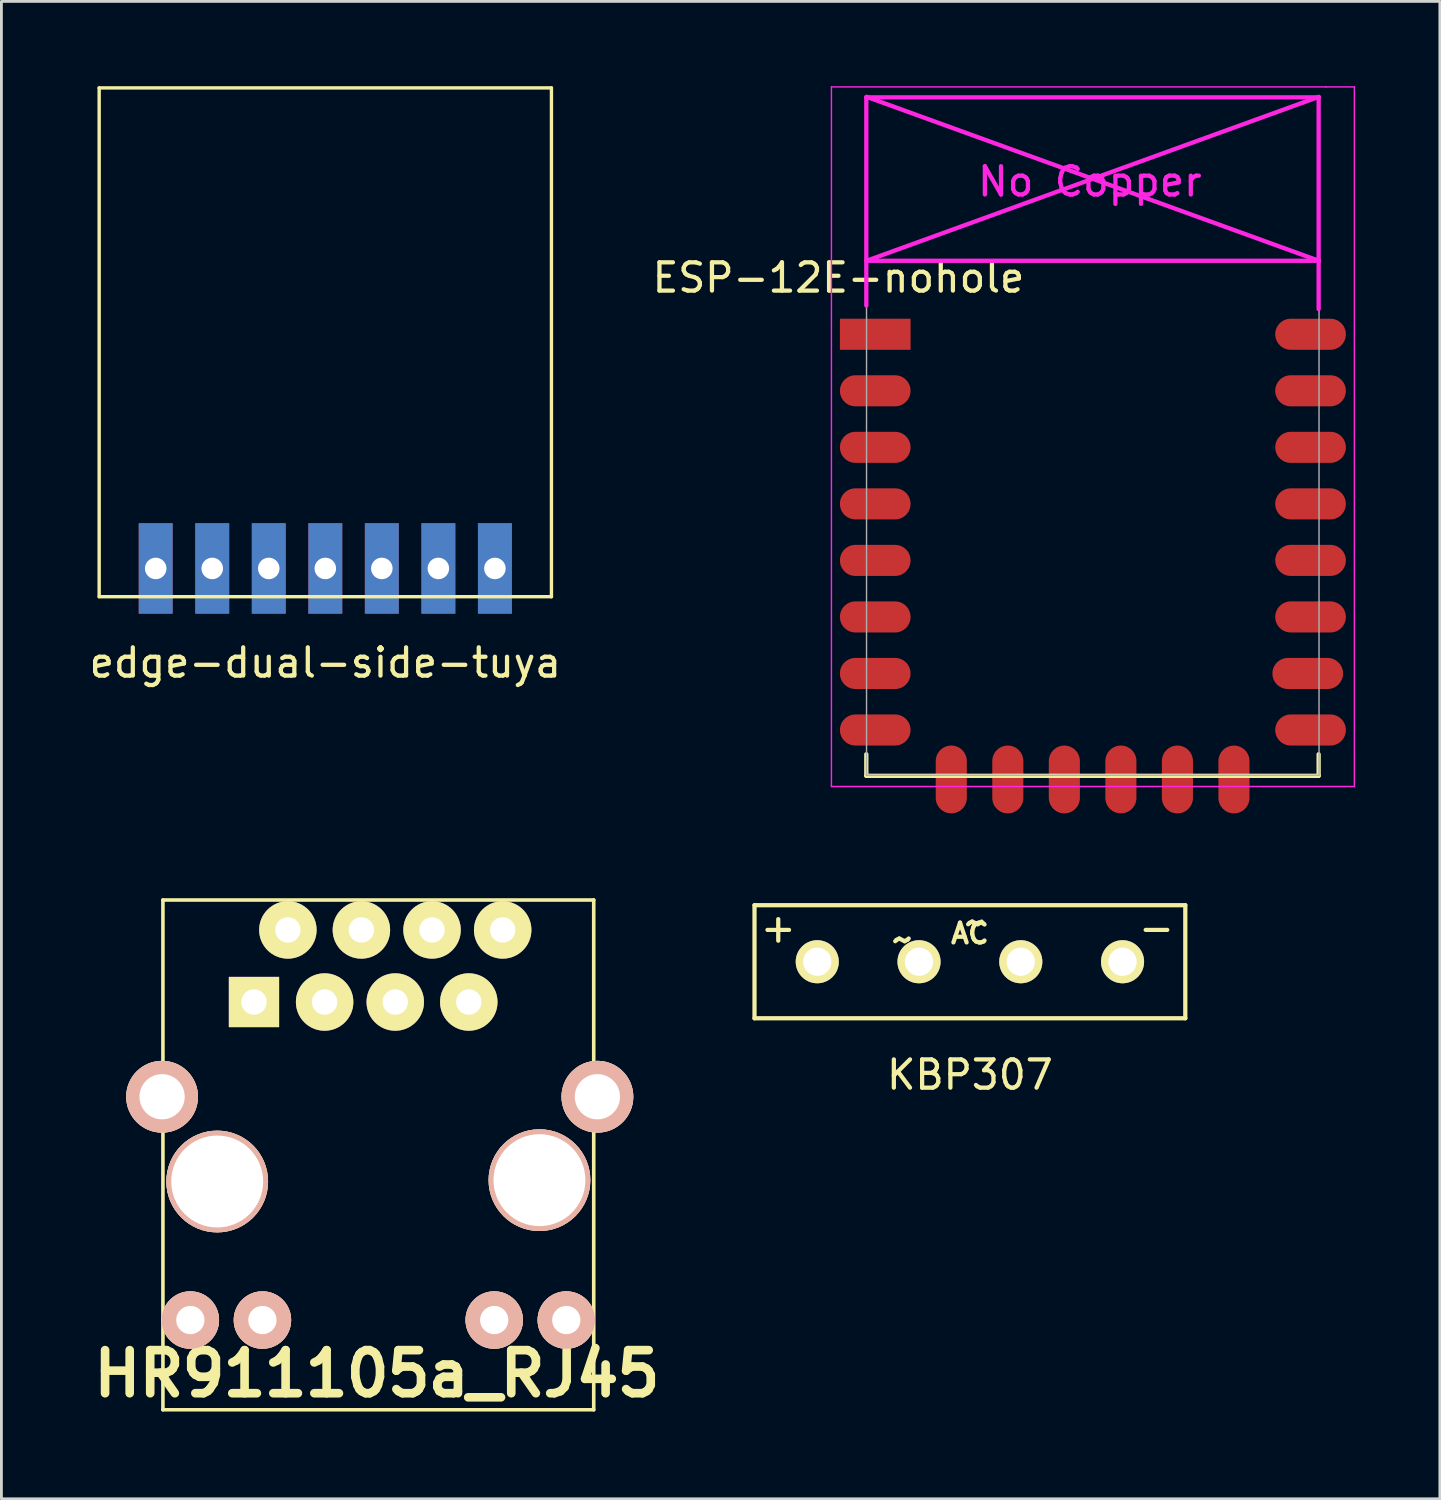
<source format=kicad_pcb>
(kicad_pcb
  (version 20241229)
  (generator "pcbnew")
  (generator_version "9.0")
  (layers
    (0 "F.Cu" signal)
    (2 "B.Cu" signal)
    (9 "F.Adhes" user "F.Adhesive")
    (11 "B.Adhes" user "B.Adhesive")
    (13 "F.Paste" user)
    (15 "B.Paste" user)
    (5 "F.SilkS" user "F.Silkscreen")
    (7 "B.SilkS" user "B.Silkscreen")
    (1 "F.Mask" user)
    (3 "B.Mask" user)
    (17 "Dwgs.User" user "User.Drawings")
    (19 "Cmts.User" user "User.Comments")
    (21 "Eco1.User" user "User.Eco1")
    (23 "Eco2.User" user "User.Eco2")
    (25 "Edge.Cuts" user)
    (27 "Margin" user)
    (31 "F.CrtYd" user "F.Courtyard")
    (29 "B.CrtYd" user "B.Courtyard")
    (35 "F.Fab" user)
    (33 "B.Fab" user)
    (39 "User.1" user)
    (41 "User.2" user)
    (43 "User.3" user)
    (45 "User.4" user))
  (footprint "ESP-12E-nohole"
    (layer "F.Cu")
    (at 28.613 8.775)
    (property "Reference" "ESP-12E-nohole" (at -2 -2 0) (layer "F.SilkS") (effects (font (size 1 1) (thickness 0.15))))
    (attr through_hole)
    (fp_line (start -1.016 14.859) (end -1.016 15.621) (stroke (width 0.152) (type solid)) (layer "F.SilkS"))
    (fp_line (start -1.016 15.621) (end 14.986 15.621) (stroke (width 0.152) (type solid)) (layer "F.SilkS"))
    (fp_line (start 14.986 15.621) (end 14.986 14.859) (stroke (width 0.152) (type solid)) (layer "F.SilkS"))
    (fp_line (start -2.25 -8.75) (end 15.25 -8.75) (stroke (width 0.05) (type solid)) (layer "F.CrtYd"))
    (fp_line (start -2.25 -0.5) (end -2.25 -8.75) (stroke (width 0.05) (type solid)) (layer "F.CrtYd"))
    (fp_line (start -2.25 16) (end -2.25 -0.5) (stroke (width 0.05) (type solid)) (layer "F.CrtYd"))
    (fp_line (start -1.016 -8.382) (end -1.016 -1.016) (stroke (width 0.152) (type solid)) (layer "F.CrtYd"))
    (fp_line (start -1.016 -8.382) (end 14.986 -8.382) (stroke (width 0.152) (type solid)) (layer "F.CrtYd"))
    (fp_line (start -1.008 -8.4) (end 14.992 -2.6) (stroke (width 0.152) (type solid)) (layer "F.CrtYd"))
    (fp_line (start -1.008 -2.6) (end 14.992 -2.6) (stroke (width 0.152) (type solid)) (layer "F.CrtYd"))
    (fp_line (start 14.986 -8.382) (end 14.986 -0.889) (stroke (width 0.152) (type solid)) (layer "F.CrtYd"))
    (fp_line (start 14.992 -8.4) (end -1.008 -2.6) (stroke (width 0.152) (type solid)) (layer "F.CrtYd"))
    (fp_line (start 15.25 -8.75) (end 16.25 -8.75) (stroke (width 0.05) (type solid)) (layer "F.CrtYd"))
    (fp_line (start 16.25 -8.75) (end 16.25 16) (stroke (width 0.05) (type solid)) (layer "F.CrtYd"))
    (fp_line (start 16.25 16) (end -2.25 16) (stroke (width 0.05) (type solid)) (layer "F.CrtYd"))
    (fp_line (start -1.008 -8.4) (end 14.992 -8.4) (stroke (width 0.05) (type solid)) (layer "F.Fab"))
    (fp_line (start -1.008 15.6) (end -1.008 -8.4) (stroke (width 0.05) (type solid)) (layer "F.Fab"))
    (fp_line (start 14.992 15.6) (end -1.008 15.6) (stroke (width 0.05) (type solid)) (layer "F.Fab"))
    (fp_line (start 15 -8.4) (end 15 15.6) (stroke (width 0.05) (type solid)) (layer "F.Fab"))
    (fp_text user "No Copper" (at 6.892 -5.4 0) (layer "F.CrtYd") (effects (font (size 1 1) (thickness 0.15))))
    (pad "1" smd rect (at 0 0) (size 2.5 1.1) (drill (offset -0.7 0)) (layers "F.Cu" "F.Mask" "F.Paste"))
    (pad "2" smd oval (at 0 2) (size 2.5 1.1) (drill (offset -0.7 0)) (layers "F.Cu" "F.Mask" "F.Paste"))
    (pad "3" smd oval (at 0 4) (size 2.5 1.1) (drill (offset -0.7 0)) (layers "F.Cu" "F.Mask" "F.Paste"))
    (pad "4" smd oval (at 0 6) (size 2.5 1.1) (drill (offset -0.7 0)) (layers "F.Cu" "F.Mask" "F.Paste"))
    (pad "5" smd oval (at 0 8) (size 2.5 1.1) (drill (offset -0.7 0)) (layers "F.Cu" "F.Mask" "F.Paste"))
    (pad "6" smd oval (at 0 10) (size 2.5 1.1) (drill (offset -0.7 0)) (layers "F.Cu" "F.Mask" "F.Paste"))
    (pad "7" smd oval (at 0 12) (size 2.5 1.1) (drill (offset -0.7 0)) (layers "F.Cu" "F.Mask" "F.Paste"))
    (pad "8" smd oval (at 0 14) (size 2.5 1.1) (drill (offset -0.7 0)) (layers "F.Cu" "F.Mask" "F.Paste"))
    (pad "9" smd oval (at 1.99 15.75 90) (size 2.4 1.1) (layers "F.Cu" "F.Mask" "F.Paste"))
    (pad "10" smd oval (at 3.99 15.75 90) (size 2.4 1.1) (layers "F.Cu" "F.Mask" "F.Paste"))
    (pad "11" smd oval (at 5.99 15.75 90) (size 2.4 1.1) (layers "F.Cu" "F.Mask" "F.Paste"))
    (pad "12" smd oval (at 7.99 15.75 90) (size 2.4 1.1) (layers "F.Cu" "F.Mask" "F.Paste"))
    (pad "13" smd oval (at 9.99 15.75 90) (size 2.4 1.1) (layers "F.Cu" "F.Mask" "F.Paste"))
    (pad "14" smd oval (at 11.99 15.75 90) (size 2.4 1.1) (layers "F.Cu" "F.Mask" "F.Paste"))
    (pad "15" smd oval (at 14 14) (size 2.5 1.1) (drill (offset 0.7 0)) (layers "F.Cu" "F.Mask" "F.Paste"))
    (pad "16" smd oval (at 14 12) (size 2.5 1.1) (drill (offset 0.6 0)) (layers "F.Cu" "F.Mask" "F.Paste"))
    (pad "17" smd oval (at 14 10) (size 2.5 1.1) (drill (offset 0.7 0)) (layers "F.Cu" "F.Mask" "F.Paste"))
    (pad "18" smd oval (at 14 8) (size 2.5 1.1) (drill (offset 0.7 0)) (layers "F.Cu" "F.Mask" "F.Paste"))
    (pad "19" smd oval (at 14 6) (size 2.5 1.1) (drill (offset 0.7 0)) (layers "F.Cu" "F.Mask" "F.Paste"))
    (pad "20" smd oval (at 14 4) (size 2.5 1.1) (drill (offset 0.7 0)) (layers "F.Cu" "F.Mask" "F.Paste"))
    (pad "21" smd oval (at 14 2) (size 2.5 1.1) (drill (offset 0.7 0)) (layers "F.Cu" "F.Mask" "F.Paste"))
    (pad "22" smd oval (at 14 0) (size 2.5 1.1) (drill (offset 0.7 0)) (layers "F.Cu" "F.Mask" "F.Paste")))
  (footprint "edge-dual-side-tuya"
    (layer "F.Cu")
    (at 8.458 7.06)
    (property "Reference" "edge-dual-side-tuya" (at 0 13.335 0) (layer "F.SilkS") (effects (font (size 1 1) (thickness 0.15))))
    (attr through_hole)
    (fp_line (start -8 -7) (end -8 11) (stroke (width 0.12) (type solid)) (layer "F.SilkS"))
    (fp_line (start -8 11) (end 8 11) (stroke (width 0.12) (type solid)) (layer "F.SilkS"))
    (fp_line (start 8 -7) (end -8 -7) (stroke (width 0.12) (type solid)) (layer "F.SilkS"))
    (fp_line (start 8 11) (end 8 -7) (stroke (width 0.12) (type solid)) (layer "F.SilkS"))
    (pad "1" thru_hole rect (at -6 10) (size 1.2 3.2) (drill 0.762) (layers "*.Cu" "*.Mask"))
    (pad "2" thru_hole rect (at -4 10) (size 1.2 3.2) (drill 0.762) (layers "*.Cu" "*.Mask"))
    (pad "3" thru_hole rect (at -2 10) (size 1.2 3.2) (drill 0.762) (layers "*.Cu" "*.Mask"))
    (pad "4" thru_hole rect (at 0 10) (size 1.2 3.2) (drill 0.762) (layers "*.Cu" "*.Mask"))
    (pad "5" thru_hole rect (at 2 10) (size 1.2 3.2) (drill 0.762) (layers "*.Cu" "*.Mask"))
    (pad "6" thru_hole rect (at 4 10) (size 1.2 3.2) (drill 0.762) (layers "*.Cu" "*.Mask"))
    (pad "7" thru_hole rect (at 6 10) (size 1.2 3.2) (drill 0.762) (layers "*.Cu" "*.Mask")))
  (footprint "KBP307"
    (layer "F.Cu")
    (at 31.262 30.973)
    (property "Reference" "KBP307" (at 0 4 0) (layer "F.SilkS") (effects (font (size 1 1) (thickness 0.15))))
    (attr through_hole)
    (fp_line (start -7.62 -2) (end -7.62 2) (stroke (width 0.15) (type solid)) (layer "F.SilkS"))
    (fp_line (start -7.62 2) (end 7.62 2) (stroke (width 0.15) (type solid)) (layer "F.SilkS"))
    (fp_line (start 7.62 -2) (end -7.62 -2) (stroke (width 0.15) (type solid)) (layer "F.SilkS"))
    (fp_line (start 7.62 2) (end 7.62 -2) (stroke (width 0.15) (type solid)) (layer "F.SilkS"))
    (fp_text user "AC" (at 0 -1 0) (layer "F.SilkS") (effects (font (size 0.7 0.7) (thickness 0.15))))
    (fp_text user "+" (at -6.78 -1.2 0) (layer "F.SilkS") (effects (font (size 1 1) (thickness 0.15))))
    (fp_text user "-" (at 6.6 -1.2 0) (layer "F.SilkS") (effects (font (size 1 1) (thickness 0.15))))
    (fp_text user "~" (at -2.38 -0.8 0) (layer "F.SilkS") (effects (font (size 1 1) (thickness 0.15))))
    (fp_text user "~" (at 0.2 -1.4 0) (layer "F.SilkS") (effects (font (size 1 1) (thickness 0.15))))
    (pad "1" thru_hole circle (at -5.4 0) (size 1.524 1.524) (drill 1) (layers "*.Cu" "*.Mask" "F.SilkS"))
    (pad "2" thru_hole circle (at -1.8 0) (size 1.524 1.524) (drill 1) (layers "*.Cu" "*.Mask" "F.SilkS"))
    (pad "3" thru_hole circle (at 1.8 0) (size 1.524 1.524) (drill 1) (layers "*.Cu" "*.Mask" "F.SilkS"))
    (pad "4" thru_hole circle (at 5.4 0) (size 1.524 1.524) (drill 1) (layers "*.Cu" "*.Mask" "F.SilkS")))
  (footprint "HR911105a_RJ45"
    (layer "F.Cu")
    (at 10.334 38.949)
    (property "Reference" "HR911105a_RJ45" (at -0.051 6.599 0) (layer "F.SilkS") (effects (font (size 1.524 1.524) (thickness 0.305))))
    (attr through_hole)
    (fp_line (start -7.62 -10.16) (end -7.62 7.874) (stroke (width 0.127) (type solid)) (layer "F.SilkS"))
    (fp_line (start -7.62 7.874) (end 7.62 7.874) (stroke (width 0.127) (type solid)) (layer "F.SilkS"))
    (fp_line (start 7.62 -10.16) (end -7.62 -10.16) (stroke (width 0.127) (type solid)) (layer "F.SilkS"))
    (fp_line (start 7.62 7.874) (end 7.62 -10.16) (stroke (width 0.127) (type solid)) (layer "F.SilkS"))
    (pad "0" thru_hole circle (at -7.65 -3.2) (size 2.54 2.54) (drill 1.6) (layers "*.Cu" "*.SilkS" "*.Mask"))
    (pad "0" thru_hole circle (at 7.75 -3.2) (size 2.54 2.54) (drill 1.6) (layers "*.Cu" "*.SilkS" "*.Mask"))
    (pad "1" thru_hole rect (at -4.399 -6.551) (size 1.778 1.778) (drill 0.899) (layers "*.Cu" "*.Mask" "F.SilkS"))
    (pad "2" thru_hole circle (at -3.2 -9.101) (size 2.032 2.032) (drill 0.899) (layers "*.Cu" "*.Mask" "F.SilkS"))
    (pad "3" thru_hole circle (at -1.9 -6.551) (size 2.032 2.032) (drill 0.899) (layers "*.Cu" "*.Mask" "F.SilkS"))
    (pad "4" thru_hole circle (at -0.599 -9.101) (size 2.032 2.032) (drill 0.899) (layers "*.Cu" "*.Mask" "F.SilkS"))
    (pad "5" thru_hole circle (at 0.599 -6.551) (size 2.032 2.032) (drill 0.899) (layers "*.Cu" "*.Mask" "F.SilkS"))
    (pad "6" thru_hole circle (at 1.9 -9.101) (size 2.032 2.032) (drill 0.899) (layers "*.Cu" "*.Mask" "F.SilkS"))
    (pad "7" thru_hole circle (at 3.2 -6.551) (size 2.032 2.032) (drill 0.899) (layers "*.Cu" "*.Mask" "F.SilkS"))
    (pad "8" thru_hole circle (at 4.399 -9.101) (size 2.032 2.032) (drill 0.899) (layers "*.Cu" "*.Mask" "F.SilkS"))
    (pad "9" thru_hole circle (at -6.65 4.7) (size 2.032 2.032) (drill 1.001) (layers "*.Cu" "*.SilkS" "*.Mask"))
    (pad "10" thru_hole circle (at -4.1 4.7) (size 2.032 2.032) (drill 1.001) (layers "*.Cu" "*.SilkS" "*.Mask"))
    (pad "11" thru_hole circle (at 4.1 4.7) (size 2.032 2.032) (drill 1.001) (layers "*.Cu" "*.SilkS" "*.Mask"))
    (pad "12" thru_hole circle (at 6.65 4.7) (size 2.032 2.032) (drill 1.001) (layers "*.Cu" "*.SilkS" "*.Mask"))
    (pad "Hole" thru_hole circle (at -5.7 -0.201) (size 3.599 3.599) (drill 3.251) (layers "*.Cu" "*.SilkS" "*.Mask"))
    (pad "Hole" thru_hole circle (at 5.7 -0.249) (size 3.599 3.599) (drill 3.251) (layers "*.Cu" "*.SilkS" "*.Mask")))
  (gr_rect
    (start -3 -3)
    (end 47.888 49.974)
    (stroke (width 0.1) (type default))
    (fill no)
    (layer "Edge.Cuts")))
</source>
